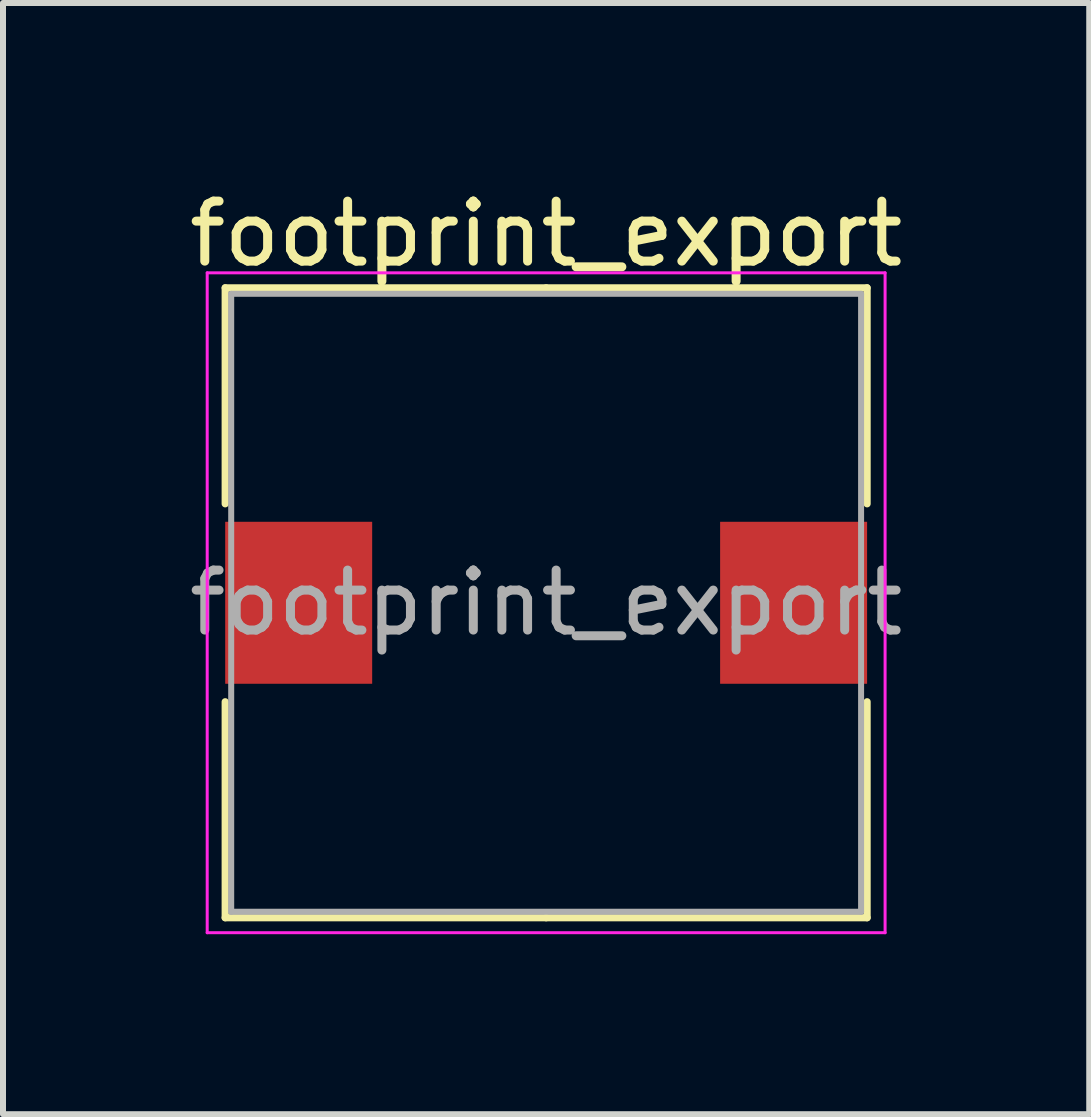
<source format=kicad_pcb>
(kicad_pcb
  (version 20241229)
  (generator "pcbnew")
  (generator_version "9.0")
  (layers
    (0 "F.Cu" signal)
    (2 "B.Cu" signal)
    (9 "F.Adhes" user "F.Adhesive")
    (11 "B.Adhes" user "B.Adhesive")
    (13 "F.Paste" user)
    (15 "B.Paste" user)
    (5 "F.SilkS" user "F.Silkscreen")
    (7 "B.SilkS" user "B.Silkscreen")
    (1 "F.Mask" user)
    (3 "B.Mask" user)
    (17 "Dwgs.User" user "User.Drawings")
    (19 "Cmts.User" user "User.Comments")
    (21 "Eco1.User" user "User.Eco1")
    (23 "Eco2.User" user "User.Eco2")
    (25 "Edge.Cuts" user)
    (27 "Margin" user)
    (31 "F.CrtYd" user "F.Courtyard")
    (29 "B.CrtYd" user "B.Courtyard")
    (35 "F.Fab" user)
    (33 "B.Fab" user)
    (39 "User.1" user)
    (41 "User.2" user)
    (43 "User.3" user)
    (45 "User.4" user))
  (footprint "footprint_export"
    (layer "F.Cu")
    (at 6.054 6.998)
    (property "Reference" "footprint_export" (at 0 -6.15 0) (layer "F.SilkS") (effects (font (size 1 1) (thickness 0.15))))
    (attr smd)
    (fp_line (start -5.35 -5.25) (end 0 -5.25) (stroke (width 0.12) (type solid)) (layer "F.SilkS"))
    (fp_line (start -5.35 -1.65) (end -5.35 -5.25) (stroke (width 0.12) (type solid)) (layer "F.SilkS"))
    (fp_line (start -5.35 1.65) (end -5.35 5.25) (stroke (width 0.12) (type solid)) (layer "F.SilkS"))
    (fp_line (start -5.35 5.25) (end 0 5.25) (stroke (width 0.12) (type solid)) (layer "F.SilkS"))
    (fp_line (start 5.35 -5.25) (end 0 -5.25) (stroke (width 0.12) (type solid)) (layer "F.SilkS"))
    (fp_line (start 5.35 -1.65) (end 5.35 -5.25) (stroke (width 0.12) (type solid)) (layer "F.SilkS"))
    (fp_line (start 5.35 1.65) (end 5.35 5.25) (stroke (width 0.12) (type solid)) (layer "F.SilkS"))
    (fp_line (start 5.35 5.25) (end 0 5.25) (stroke (width 0.12) (type solid)) (layer "F.SilkS"))
    (fp_line (start -5.65 -5.5) (end -5.65 5.5) (stroke (width 0.05) (type solid)) (layer "F.CrtYd"))
    (fp_line (start -5.65 5.5) (end 5.65 5.5) (stroke (width 0.05) (type solid)) (layer "F.CrtYd"))
    (fp_line (start 5.65 -5.5) (end -5.65 -5.5) (stroke (width 0.05) (type solid)) (layer "F.CrtYd"))
    (fp_line (start 5.65 5.5) (end 5.65 -5.5) (stroke (width 0.05) (type solid)) (layer "F.CrtYd"))
    (fp_line (start -5.25 -5.15) (end -5.25 5.15) (stroke (width 0.1) (type solid)) (layer "F.Fab"))
    (fp_line (start -5.25 5.15) (end 5.25 5.15) (stroke (width 0.1) (type solid)) (layer "F.Fab"))
    (fp_line (start 5.25 -5.15) (end -5.25 -5.15) (stroke (width 0.1) (type solid)) (layer "F.Fab"))
    (fp_line (start 5.25 5.15) (end 5.25 -5.15) (stroke (width 0.1) (type solid)) (layer "F.Fab"))
    (fp_text user "${REFERENCE}" (at 0 0 0) (layer "F.Fab") (effects (font (size 1 1) (thickness 0.15))))
    (pad "1" smd rect (at -4.125 0) (size 2.45 2.7) (layers "F.Cu" "F.Mask" "F.Paste"))
    (pad "2" smd rect (at 4.125 0) (size 2.45 2.7) (layers "F.Cu" "F.Mask" "F.Paste")))
  (gr_rect
    (start -3 -3)
    (end 15.107 15.523)
    (stroke (width 0.1) (type default))
    (fill no)
    (layer "Edge.Cuts")))
</source>
